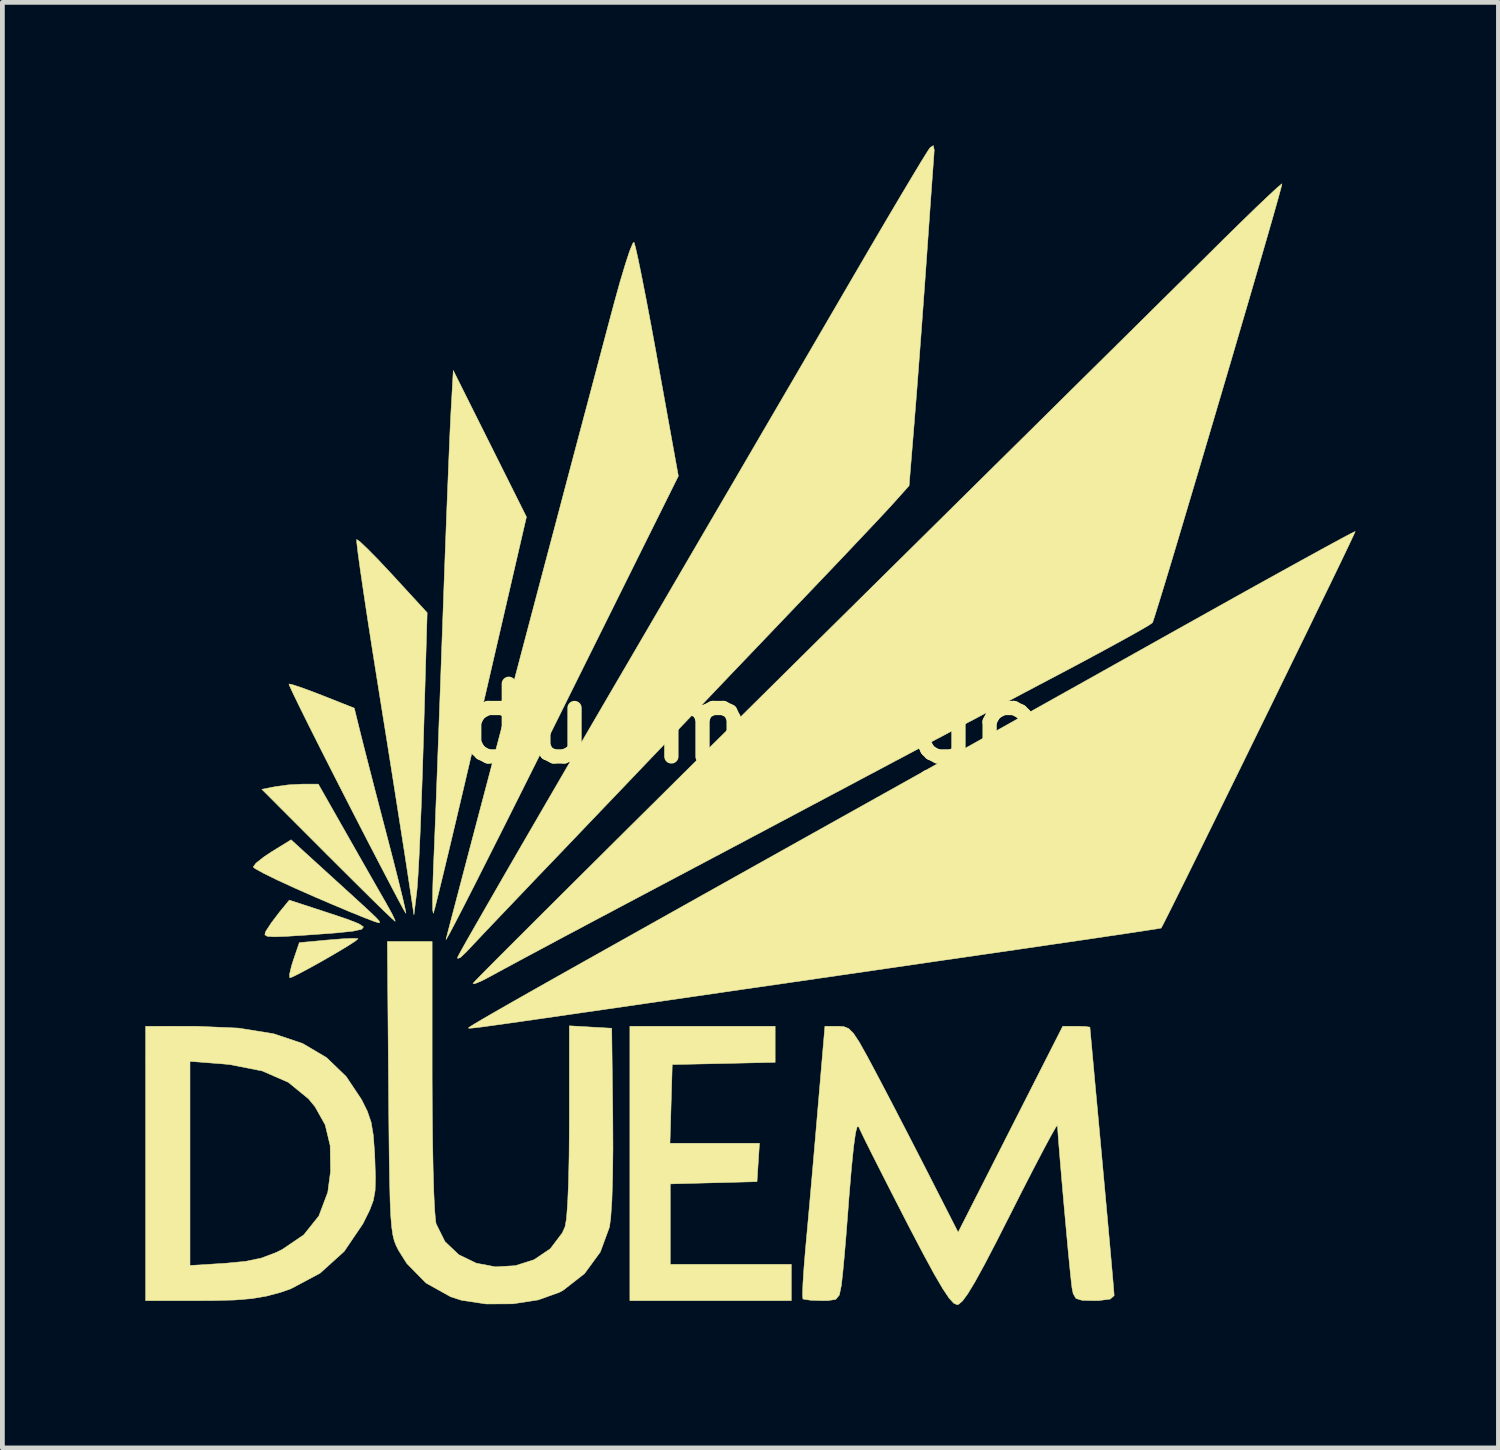
<source format=kicad_pcb>
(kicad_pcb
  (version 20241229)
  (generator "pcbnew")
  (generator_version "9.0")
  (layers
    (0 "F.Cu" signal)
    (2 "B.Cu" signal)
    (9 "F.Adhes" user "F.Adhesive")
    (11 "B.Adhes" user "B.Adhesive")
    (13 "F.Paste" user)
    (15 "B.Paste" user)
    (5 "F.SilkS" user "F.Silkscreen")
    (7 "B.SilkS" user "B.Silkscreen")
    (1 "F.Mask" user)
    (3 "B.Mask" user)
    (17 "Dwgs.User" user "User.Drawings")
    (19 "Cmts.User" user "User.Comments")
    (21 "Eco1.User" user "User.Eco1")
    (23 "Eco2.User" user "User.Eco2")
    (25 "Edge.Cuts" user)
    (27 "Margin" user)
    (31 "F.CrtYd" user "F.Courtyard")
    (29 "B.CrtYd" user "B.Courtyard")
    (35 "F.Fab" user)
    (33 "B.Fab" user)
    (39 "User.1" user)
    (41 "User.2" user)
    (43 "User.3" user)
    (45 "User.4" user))
  (footprint "duem_logo"
    (layer "F.Cu")
    (at 12.705 12.131)
    (property "Reference" "duem_logo" (at 0 0 0) (layer "F.SilkS") (effects (font (size 1.524 1.524) (thickness 0.3))))
    (attr through_hole)
    (fp_poly (pts (xy 0.508 7.107) (xy -0.572 7.131) (xy -1.651 7.154) (xy -1.699 8.805) (xy 0.179 8.805) (xy 0.153 9.207) (xy 0.127 9.61) (xy -1.693 9.658) (xy -1.693 11.345) (xy 0.847 11.345) (xy 0.847 12.107) (xy -2.54 12.107) (xy -2.54 6.35) (xy 0.508 6.35) (xy 0.508 7.107)) (stroke (width 0.01) (type solid)) (fill yes) (layer "F.SilkS"))
    (fp_poly (pts (xy -8.245 4.512) (xy -8.243 4.513) (xy -8.299 4.562) (xy -8.466 4.67) (xy -8.706 4.814) (xy -8.981 4.973) (xy -9.254 5.125) (xy -9.486 5.249) (xy -9.639 5.323) (xy -9.675 5.334) (xy -9.681 5.263) (xy -9.638 5.082) (xy -9.601 4.965) (xy -9.475 4.596) (xy -8.874 4.54) (xy -8.575 4.516) (xy -8.35 4.506) (xy -8.245 4.512)) (stroke (width 0.01) (type solid)) (fill yes) (layer "F.SilkS"))
    (fp_poly (pts (xy -8.814 3.989) (xy -8.46 4.108) (xy -8.23 4.198) (xy -8.129 4.265) (xy -8.167 4.315) (xy -8.349 4.355) (xy -8.684 4.39) (xy -9.179 4.427) (xy -9.356 4.439) (xy -9.753 4.464) (xy -10.008 4.473) (xy -10.147 4.463) (xy -10.198 4.431) (xy -10.186 4.374) (xy -10.17 4.345) (xy -10.058 4.175) (xy -9.9 3.967) (xy -9.884 3.947) (xy -9.685 3.704) (xy -8.814 3.989)) (stroke (width 0.01) (type solid)) (fill yes) (layer "F.SilkS"))
    (fp_poly (pts (xy -8.464 2.349) (xy -8.226 2.768) (xy -7.999 3.166) (xy -7.806 3.504) (xy -7.668 3.744) (xy -7.643 3.789) (xy -7.529 3.995) (xy -7.468 4.125) (xy -7.465 4.149) (xy -7.531 4.091) (xy -7.699 3.931) (xy -7.952 3.684) (xy -8.273 3.366) (xy -8.645 2.996) (xy -8.878 2.764) (xy -10.261 1.379) (xy -9.988 1.325) (xy -9.707 1.286) (xy -9.405 1.27) (xy -9.396 1.27) (xy -9.077 1.27) (xy -8.464 2.349)) (stroke (width 0.01) (type solid)) (fill yes) (layer "F.SilkS"))
    (fp_poly (pts (xy -8.825 3.188) (xy -8.438 3.54) (xy -8.16 3.794) (xy -7.973 3.967) (xy -7.86 4.076) (xy -7.804 4.137) (xy -7.789 4.166) (xy -7.798 4.179) (xy -7.8 4.181) (xy -7.884 4.158) (xy -8.097 4.077) (xy -8.413 3.949) (xy -8.805 3.784) (xy -9.13 3.645) (xy -9.562 3.454) (xy -9.935 3.283) (xy -10.222 3.142) (xy -10.399 3.045) (xy -10.443 3.009) (xy -10.384 2.928) (xy -10.218 2.797) (xy -10.052 2.687) (xy -9.648 2.438) (xy -8.825 3.188)) (stroke (width 0.01) (type solid)) (fill yes) (layer "F.SilkS"))
    (fp_poly (pts (xy -8.205 -3.818) (xy -8.048 -3.669) (xy -7.822 -3.44) (xy -7.552 -3.152) (xy -7.515 -3.112) (xy -6.793 -2.326) (xy -6.871 0.34) (xy -6.892 1.022) (xy -6.915 1.672) (xy -6.939 2.266) (xy -6.962 2.776) (xy -6.984 3.178) (xy -7.003 3.447) (xy -7.009 3.509) (xy -7.07 4.012) (xy -7.223 3.001) (xy -7.274 2.669) (xy -7.348 2.198) (xy -7.439 1.618) (xy -7.543 0.957) (xy -7.656 0.245) (xy -7.774 -0.491) (xy -7.842 -0.919) (xy -7.95 -1.599) (xy -8.047 -2.225) (xy -8.13 -2.777) (xy -8.197 -3.236) (xy -8.245 -3.583) (xy -8.27 -3.798) (xy -8.272 -3.863) (xy -8.205 -3.818)) (stroke (width 0.01) (type solid)) (fill yes) (layer "F.SilkS"))
    (fp_poly (pts (xy -9.61 -0.814) (xy -9.407 -0.746) (xy -9.122 -0.64) (xy -8.996 -0.591) (xy -8.322 -0.324) (xy -8.183 0.24) (xy -8.116 0.505) (xy -8.016 0.896) (xy -7.893 1.374) (xy -7.756 1.901) (xy -7.628 2.392) (xy -7.501 2.881) (xy -7.393 3.31) (xy -7.309 3.652) (xy -7.256 3.883) (xy -7.239 3.978) (xy -7.24 3.979) (xy -7.284 3.907) (xy -7.395 3.702) (xy -7.564 3.381) (xy -7.782 2.964) (xy -8.04 2.467) (xy -8.327 1.909) (xy -8.492 1.587) (xy -8.79 1.003) (xy -9.06 0.469) (xy -9.294 0.003) (xy -9.482 -0.377) (xy -9.616 -0.653) (xy -9.685 -0.805) (xy -9.693 -0.831) (xy -9.61 -0.814)) (stroke (width 0.01) (type solid)) (fill yes) (layer "F.SilkS"))
    (fp_poly (pts (xy -4.71 -4.336) (xy -5.666 -0.2) (xy -5.854 0.611) (xy -6.032 1.371) (xy -6.195 2.063) (xy -6.34 2.674) (xy -6.463 3.186) (xy -6.56 3.584) (xy -6.627 3.852) (xy -6.662 3.974) (xy -6.665 3.979) (xy -6.676 3.916) (xy -6.679 3.713) (xy -6.674 3.399) (xy -6.661 3.004) (xy -6.655 2.879) (xy -6.641 2.543) (xy -6.622 2.064) (xy -6.599 1.465) (xy -6.573 0.772) (xy -6.545 0.01) (xy -6.515 -0.796) (xy -6.486 -1.621) (xy -6.474 -1.947) (xy -6.445 -2.76) (xy -6.416 -3.553) (xy -6.388 -4.303) (xy -6.361 -4.987) (xy -6.337 -5.582) (xy -6.317 -6.065) (xy -6.3 -6.412) (xy -6.295 -6.519) (xy -6.245 -7.408) (xy -4.71 -4.336)) (stroke (width 0.01) (type solid)) (fill yes) (layer "F.SilkS"))
    (fp_poly (pts (xy -2.425 -10.002) (xy -2.37 -9.759) (xy -2.295 -9.393) (xy -2.203 -8.924) (xy -2.099 -8.375) (xy -1.987 -7.766) (xy -1.96 -7.613) (xy -1.523 -5.193) (xy -3.979 -0.247) (xy -4.399 0.599) (xy -4.796 1.393) (xy -5.163 2.126) (xy -5.494 2.783) (xy -5.782 3.354) (xy -6.023 3.826) (xy -6.209 4.187) (xy -6.335 4.425) (xy -6.395 4.529) (xy -6.398 4.53) (xy -6.372 4.425) (xy -6.306 4.171) (xy -6.204 3.783) (xy -6.071 3.276) (xy -5.91 2.664) (xy -5.725 1.962) (xy -5.52 1.186) (xy -5.299 0.349) (xy -5.066 -0.533) (xy -4.825 -1.446) (xy -4.58 -2.374) (xy -4.334 -3.304) (xy -4.091 -4.22) (xy -3.857 -5.107) (xy -3.633 -5.951) (xy -3.424 -6.737) (xy -3.235 -7.45) (xy -3.069 -8.075) (xy -2.93 -8.598) (xy -2.868 -8.829) (xy -2.746 -9.27) (xy -2.634 -9.642) (xy -2.543 -9.919) (xy -2.478 -10.075) (xy -2.454 -10.099) (xy -2.425 -10.002)) (stroke (width 0.01) (type solid)) (fill yes) (layer "F.SilkS"))
    (fp_poly (pts (xy -11.62 6.351) (xy -10.75 6.389) (xy -10.017 6.507) (xy -9.407 6.711) (xy -8.904 7.008) (xy -8.493 7.404) (xy -8.171 7.886) (xy -8.048 8.133) (xy -7.969 8.364) (xy -7.923 8.636) (xy -7.896 9.004) (xy -7.89 9.144) (xy -7.878 9.526) (xy -7.885 9.795) (xy -7.922 10.004) (xy -8 10.21) (xy -8.127 10.466) (xy -8.141 10.494) (xy -8.534 11.074) (xy -9.041 11.532) (xy -9.654 11.858) (xy -9.871 11.934) (xy -10.164 12.012) (xy -10.471 12.064) (xy -10.837 12.094) (xy -11.307 12.106) (xy -11.566 12.107) (xy -12.7 12.107) (xy -12.7 11.369) (xy -11.769 11.369) (xy -11.04 11.324) (xy -10.604 11.283) (xy -10.269 11.213) (xy -9.965 11.098) (xy -9.836 11.035) (xy -9.381 10.726) (xy -9.065 10.33) (xy -8.878 9.833) (xy -8.82 9.395) (xy -8.828 8.854) (xy -8.933 8.417) (xy -9.146 8.038) (xy -9.282 7.873) (xy -9.705 7.527) (xy -10.253 7.288) (xy -10.931 7.154) (xy -11.092 7.139) (xy -11.769 7.087) (xy -11.769 11.369) (xy -12.7 11.369) (xy -12.7 6.35) (xy -11.62 6.351)) (stroke (width 0.01) (type solid)) (fill yes) (layer "F.SilkS"))
    (fp_poly (pts (xy -6.689 7.388) (xy -6.686 8.1) (xy -6.679 8.758) (xy -6.668 9.342) (xy -6.654 9.83) (xy -6.636 10.201) (xy -6.616 10.434) (xy -6.606 10.493) (xy -6.42 10.868) (xy -6.129 11.144) (xy -5.764 11.321) (xy -5.357 11.398) (xy -4.941 11.373) (xy -4.548 11.247) (xy -4.209 11.018) (xy -3.957 10.685) (xy -3.9 10.557) (xy -3.87 10.391) (xy -3.846 10.075) (xy -3.827 9.628) (xy -3.815 9.068) (xy -3.81 8.415) (xy -3.81 8.33) (xy -3.81 6.341) (xy -3.365 6.367) (xy -2.921 6.392) (xy -2.898 8.255) (xy -2.895 8.919) (xy -2.902 9.51) (xy -2.917 10.002) (xy -2.942 10.37) (xy -2.968 10.563) (xy -3.16 11.086) (xy -3.491 11.539) (xy -3.936 11.887) (xy -4.02 11.933) (xy -4.465 12.092) (xy -4.998 12.174) (xy -5.554 12.177) (xy -6.069 12.1) (xy -6.3 12.026) (xy -6.818 11.737) (xy -7.221 11.326) (xy -7.395 11.049) (xy -7.443 10.954) (xy -7.482 10.854) (xy -7.513 10.729) (xy -7.537 10.562) (xy -7.556 10.335) (xy -7.57 10.03) (xy -7.58 9.627) (xy -7.589 9.111) (xy -7.596 8.462) (xy -7.603 7.661) (xy -7.603 7.641) (xy -7.628 4.572) (xy -6.689 4.572) (xy -6.689 7.388)) (stroke (width 0.01) (type solid)) (fill yes) (layer "F.SilkS"))
    (fp_poly (pts (xy 3.845 -12.031) (xy 3.838 -11.918) (xy 3.826 -11.755) (xy 3.804 -11.452) (xy 3.774 -11.036) (xy 3.739 -10.535) (xy 3.7 -9.979) (xy 3.68 -9.694) (xy 3.632 -9.027) (xy 3.58 -8.314) (xy 3.527 -7.608) (xy 3.478 -6.961) (xy 3.435 -6.424) (xy 3.431 -6.369) (xy 3.318 -4.991) (xy 2.999 -4.634) (xy 2.857 -4.479) (xy 2.617 -4.222) (xy 2.296 -3.882) (xy 1.914 -3.478) (xy 1.488 -3.031) (xy 1.037 -2.558) (xy 0.98 -2.499) (xy 0.494 -1.99) (xy 0.001 -1.474) (xy -0.475 -0.976) (xy -0.907 -0.522) (xy -1.271 -0.14) (xy -1.524 0.126) (xy -1.802 0.419) (xy -2.173 0.807) (xy -2.61 1.265) (xy -3.088 1.765) (xy -3.582 2.282) (xy -4.031 2.752) (xy -4.479 3.219) (xy -4.898 3.659) (xy -5.273 4.052) (xy -5.585 4.38) (xy -5.817 4.626) (xy -5.953 4.771) (xy -5.965 4.784) (xy -6.095 4.908) (xy -6.155 4.928) (xy -6.152 4.899) (xy -6.103 4.805) (xy -5.976 4.577) (xy -5.775 4.225) (xy -5.509 3.762) (xy -5.184 3.197) (xy -4.805 2.542) (xy -4.38 1.81) (xy -3.915 1.01) (xy -3.417 0.154) (xy -2.892 -0.746) (xy -2.702 -1.07) (xy -2.124 -2.06) (xy -1.537 -3.066) (xy -0.951 -4.07) (xy -0.376 -5.053) (xy 0.175 -5.998) (xy 0.693 -6.885) (xy 1.167 -7.697) (xy 1.586 -8.416) (xy 1.939 -9.022) (xy 2.183 -9.44) (xy 2.533 -10.04) (xy 2.859 -10.595) (xy 3.151 -11.088) (xy 3.398 -11.501) (xy 3.589 -11.818) (xy 3.715 -12.02) (xy 3.762 -12.087) (xy 3.827 -12.126) (xy 3.845 -12.031)) (stroke (width 0.01) (type solid)) (fill yes) (layer "F.SilkS"))
    (fp_poly (pts (xy 12.678 -4.03) (xy 12.644 -3.954) (xy 12.545 -3.743) (xy 12.387 -3.413) (xy 12.179 -2.982) (xy 11.928 -2.467) (xy 11.645 -1.883) (xy 11.335 -1.249) (xy 11.009 -0.58) (xy 10.673 0.106) (xy 10.337 0.793) (xy 10.008 1.463) (xy 9.695 2.1) (xy 9.406 2.688) (xy 9.149 3.209) (xy 8.932 3.646) (xy 8.764 3.983) (xy 8.653 4.203) (xy 8.607 4.289) (xy 8.607 4.29) (xy 8.523 4.305) (xy 8.29 4.341) (xy 7.928 4.396) (xy 7.455 4.466) (xy 6.889 4.55) (xy 6.25 4.643) (xy 5.588 4.74) (xy 4.809 4.853) (xy 3.903 4.984) (xy 2.91 5.129) (xy 1.87 5.28) (xy 0.824 5.432) (xy -0.188 5.578) (xy -1.126 5.715) (xy -1.185 5.723) (xy -2.195 5.87) (xy -3.051 5.994) (xy -3.764 6.097) (xy -4.349 6.182) (xy -4.817 6.249) (xy -5.183 6.301) (xy -5.457 6.339) (xy -5.654 6.366) (xy -5.787 6.382) (xy -5.867 6.39) (xy -5.909 6.392) (xy -5.924 6.389) (xy -5.927 6.385) (xy -5.896 6.361) (xy -5.8 6.301) (xy -5.633 6.202) (xy -5.388 6.06) (xy -5.06 5.872) (xy -4.642 5.635) (xy -4.129 5.345) (xy -3.514 4.999) (xy -2.792 4.594) (xy -1.956 4.125) (xy -1.001 3.59) (xy 0.08 2.985) (xy 1.292 2.307) (xy 2.643 1.552) (xy 3.683 0.971) (xy 4.158 0.705) (xy 4.755 0.372) (xy 5.447 -0.016) (xy 6.208 -0.442) (xy 7.013 -0.892) (xy 7.834 -1.352) (xy 8.646 -1.807) (xy 9.1 -2.061) (xy 9.81 -2.458) (xy 10.473 -2.828) (xy 11.076 -3.162) (xy 11.603 -3.453) (xy 12.042 -3.694) (xy 12.376 -3.875) (xy 12.593 -3.99) (xy 12.677 -4.03) (xy 12.678 -4.03)) (stroke (width 0.01) (type solid)) (fill yes) (layer "F.SilkS"))
    (fp_poly (pts (xy 11.122 -11.241) (xy 11.06 -11.014) (xy 10.96 -10.659) (xy 10.827 -10.196) (xy 10.666 -9.641) (xy 10.483 -9.012) (xy 10.282 -8.327) (xy 10.07 -7.603) (xy 9.85 -6.858) (xy 9.629 -6.11) (xy 9.412 -5.376) (xy 9.203 -4.675) (xy 9.009 -4.023) (xy 8.834 -3.438) (xy 8.683 -2.939) (xy 8.561 -2.542) (xy 8.475 -2.266) (xy 8.429 -2.127) (xy 8.424 -2.116) (xy 8.34 -2.058) (xy 8.126 -1.934) (xy 7.805 -1.755) (xy 7.396 -1.532) (xy 6.921 -1.276) (xy 6.54 -1.074) (xy 5.995 -0.787) (xy 5.338 -0.439) (xy 4.604 -0.05) (xy 3.829 0.36) (xy 3.05 0.773) (xy 2.304 1.169) (xy 2.032 1.314) (xy 1.285 1.71) (xy 0.472 2.142) (xy -0.367 2.587) (xy -1.19 3.023) (xy -1.957 3.429) (xy -2.627 3.784) (xy -2.794 3.873) (xy -3.374 4.18) (xy -3.928 4.475) (xy -4.431 4.744) (xy -4.86 4.974) (xy -5.19 5.152) (xy -5.397 5.265) (xy -5.409 5.272) (xy -5.639 5.393) (xy -5.791 5.457) (xy -5.832 5.452) (xy -5.769 5.384) (xy -5.593 5.205) (xy -5.311 4.921) (xy -4.93 4.54) (xy -4.459 4.07) (xy -3.904 3.517) (xy -3.273 2.89) (xy -2.574 2.195) (xy -1.813 1.441) (xy -0.999 0.633) (xy -0.137 -0.219) (xy 0.763 -1.11) (xy 1.438 -1.778) (xy 2.389 -2.718) (xy 3.324 -3.642) (xy 4.234 -4.542) (xy 5.11 -5.408) (xy 5.943 -6.231) (xy 6.723 -7.003) (xy 7.443 -7.714) (xy 8.092 -8.356) (xy 8.661 -8.919) (xy 9.142 -9.394) (xy 9.525 -9.773) (xy 9.801 -10.047) (xy 9.896 -10.141) (xy 10.266 -10.504) (xy 10.593 -10.822) (xy 10.859 -11.075) (xy 11.046 -11.248) (xy 11.136 -11.322) (xy 11.141 -11.324) (xy 11.122 -11.241)) (stroke (width 0.01) (type solid)) (fill yes) (layer "F.SilkS"))
    (fp_poly (pts (xy 1.95 6.358) (xy 2.051 6.399) (xy 2.151 6.499) (xy 2.272 6.682) (xy 2.436 6.975) (xy 2.566 7.218) (xy 2.772 7.608) (xy 3.027 8.096) (xy 3.304 8.632) (xy 3.577 9.163) (xy 3.688 9.38) (xy 4.347 10.674) (xy 6.542 6.35) (xy 6.827 6.35) (xy 7.019 6.356) (xy 7.111 6.369) (xy 7.112 6.371) (xy 7.119 6.457) (xy 7.141 6.692) (xy 7.174 7.056) (xy 7.217 7.528) (xy 7.269 8.089) (xy 7.327 8.719) (xy 7.366 9.144) (xy 7.427 9.812) (xy 7.483 10.428) (xy 7.532 10.971) (xy 7.572 11.42) (xy 7.601 11.755) (xy 7.617 11.955) (xy 7.62 12.001) (xy 7.538 12.074) (xy 7.292 12.106) (xy 7.201 12.107) (xy 6.95 12.101) (xy 6.82 12.062) (xy 6.761 11.962) (xy 6.735 11.832) (xy 6.718 11.686) (xy 6.689 11.406) (xy 6.652 11.024) (xy 6.611 10.576) (xy 6.567 10.094) (xy 6.525 9.613) (xy 6.487 9.167) (xy 6.456 8.789) (xy 6.436 8.514) (xy 6.43 8.426) (xy 6.393 8.474) (xy 6.29 8.655) (xy 6.132 8.95) (xy 5.928 9.34) (xy 5.689 9.805) (xy 5.456 10.266) (xy 5.143 10.883) (xy 4.893 11.362) (xy 4.698 11.717) (xy 4.55 11.962) (xy 4.439 12.113) (xy 4.359 12.183) (xy 4.323 12.192) (xy 4.252 12.159) (xy 4.155 12.051) (xy 4.023 11.853) (xy 3.846 11.551) (xy 3.617 11.129) (xy 3.326 10.574) (xy 3.233 10.393) (xy 2.971 9.882) (xy 2.734 9.416) (xy 2.533 9.019) (xy 2.381 8.713) (xy 2.288 8.52) (xy 2.265 8.467) (xy 2.232 8.448) (xy 2.195 8.584) (xy 2.154 8.877) (xy 2.108 9.332) (xy 2.056 9.951) (xy 2.031 10.287) (xy 1.995 10.747) (xy 1.959 11.174) (xy 1.926 11.525) (xy 1.9 11.758) (xy 1.896 11.79) (xy 1.855 11.989) (xy 1.779 12.081) (xy 1.613 12.106) (xy 1.488 12.107) (xy 1.258 12.099) (xy 1.111 12.078) (xy 1.09 12.069) (xy 1.083 11.974) (xy 1.091 11.745) (xy 1.113 11.412) (xy 1.146 11.011) (xy 1.152 10.947) (xy 1.192 10.508) (xy 1.242 9.95) (xy 1.297 9.324) (xy 1.353 8.678) (xy 1.402 8.107) (xy 1.552 6.35) (xy 1.828 6.35) (xy 1.95 6.358)) (stroke (width 0.01) (type solid)) (fill yes) (layer "F.SilkS")))
  (gr_rect
    (start -3 -3)
    (end 28.388 27.328)
    (stroke (width 0.1) (type default))
    (fill no)
    (layer "Edge.Cuts")))
</source>
